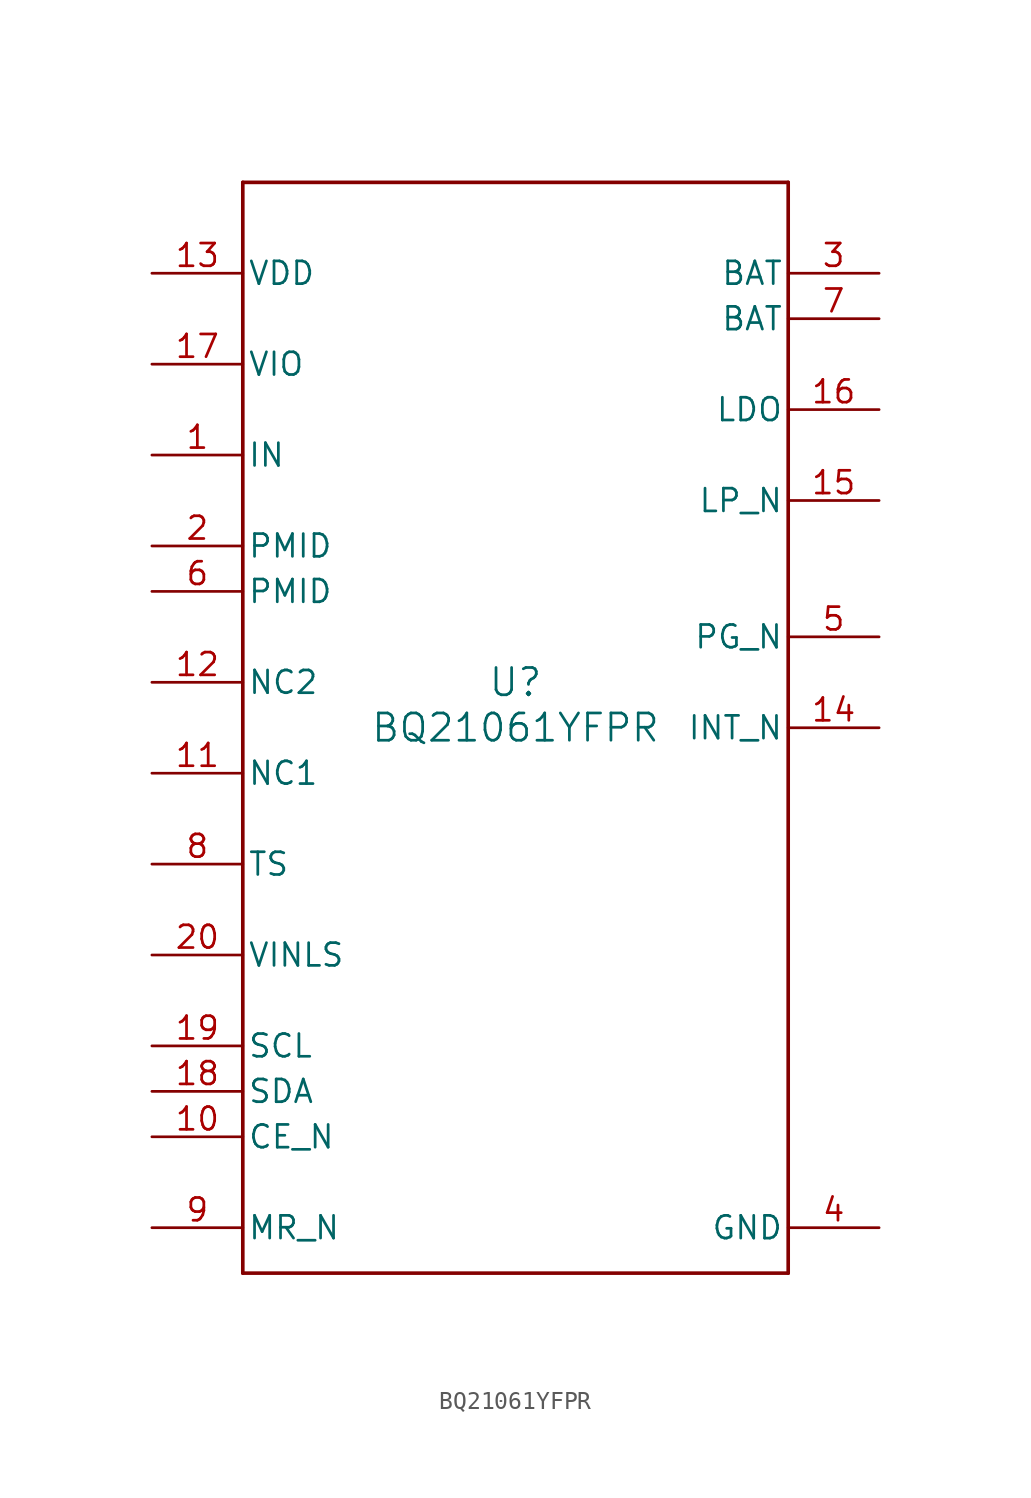
<source format=kicad_sym>
(kicad_symbol_lib
  (version 20211014)
  (generator kicad_symbol_editor)
  (symbol "BQ21061YFPR"
    (pin_names
      (offset 0.254))
    (property "Reference" "U"
      (at 0 2.54 0)
      (effects (font (size 1.524 1.524))))
    (property "Value" "BQ21061YFPR"
      (at 0 0 0)
      (effects (font (size 1.524 1.524))))
    (symbol "BQ21061YFPR_0_1"
      (polyline (pts (xy -15.24 -30.48) (xy 15.24 -30.48)) (stroke (width 0.203) (type default) (color 0 0 0 0)) (fill (type none)))
      (polyline (pts (xy 15.24 -30.48) (xy 15.24 30.48)) (stroke (width 0.203) (type default) (color 0 0 0 0)) (fill (type none)))
      (polyline (pts (xy 15.24 30.48) (xy -15.24 30.48)) (stroke (width 0.203) (type default) (color 0 0 0 0)) (fill (type none)))
      (polyline (pts (xy -15.24 30.48) (xy -15.24 -30.48)) (stroke (width 0.203) (type default) (color 0 0 0 0)) (fill (type none)))
      (pin power_in line (at -20.32 15.24 0) (length 5.08) (name "IN" (effects (font (size 1.27 1.27)))) (number "1" (effects (font (size 1.27 1.27)))))
      (pin bidirectional line (at -20.32 10.16 0) (length 5.08) (name "PMID" (effects (font (size 1.27 1.27)))) (number "2" (effects (font (size 1.27 1.27)))))
      (pin power_in line (at 20.32 25.4 180) (length 5.08) (name "BAT" (effects (font (size 1.27 1.27)))) (number "3" (effects (font (size 1.27 1.27)))))
      (pin power_in line (at 20.32 -27.94 180) (length 5.08) (name "GND" (effects (font (size 1.27 1.27)))) (number "4" (effects (font (size 1.27 1.27)))))
      (pin output line (at 20.32 5.08 180) (length 5.08) (name "PG_N" (effects (font (size 1.27 1.27)))) (number "5" (effects (font (size 1.27 1.27)))))
      (pin bidirectional line (at -20.32 7.62 0) (length 5.08) (name "PMID" (effects (font (size 1.27 1.27)))) (number "6" (effects (font (size 1.27 1.27)))))
      (pin power_in line (at 20.32 22.86 180) (length 5.08) (name "BAT" (effects (font (size 1.27 1.27)))) (number "7" (effects (font (size 1.27 1.27)))))
      (pin input line (at -20.32 -7.62 0) (length 5.08) (name "TS" (effects (font (size 1.27 1.27)))) (number "8" (effects (font (size 1.27 1.27)))))
      (pin input line (at -20.32 -27.94 0) (length 5.08) (name "MR_N" (effects (font (size 1.27 1.27)))) (number "9" (effects (font (size 1.27 1.27)))))
      (pin input line (at -20.32 -22.86 0) (length 5.08) (name "CE_N" (effects (font (size 1.27 1.27)))) (number "10" (effects (font (size 1.27 1.27)))))
      (pin unspecified line (at -20.32 -2.54 0) (length 5.08) (name "NC1" (effects (font (size 1.27 1.27)))) (number "11" (effects (font (size 1.27 1.27)))))
      (pin unspecified line (at -20.32 2.54 0) (length 5.08) (name "NC2" (effects (font (size 1.27 1.27)))) (number "12" (effects (font (size 1.27 1.27)))))
      (pin power_in line (at -20.32 25.4 0) (length 5.08) (name "VDD" (effects (font (size 1.27 1.27)))) (number "13" (effects (font (size 1.27 1.27)))))
      (pin output line (at 20.32 0 180) (length 5.08) (name "INT_N" (effects (font (size 1.27 1.27)))) (number "14" (effects (font (size 1.27 1.27)))))
      (pin output line (at 20.32 12.7 180) (length 5.08) (name "LP_N" (effects (font (size 1.27 1.27)))) (number "15" (effects (font (size 1.27 1.27)))))
      (pin output line (at 20.32 17.78 180) (length 5.08) (name "LDO" (effects (font (size 1.27 1.27)))) (number "16" (effects (font (size 1.27 1.27)))))
      (pin power_in line (at -20.32 20.32 0) (length 5.08) (name "VIO" (effects (font (size 1.27 1.27)))) (number "17" (effects (font (size 1.27 1.27)))))
      (pin bidirectional line (at -20.32 -20.32 0) (length 5.08) (name "SDA" (effects (font (size 1.27 1.27)))) (number "18" (effects (font (size 1.27 1.27)))))
      (pin input line (at -20.32 -17.78 0) (length 5.08) (name "SCL" (effects (font (size 1.27 1.27)))) (number "19" (effects (font (size 1.27 1.27)))))
      (pin input line (at -20.32 -12.7 0) (length 5.08) (name "VINLS" (effects (font (size 1.27 1.27)))) (number "20" (effects (font (size 1.27 1.27))))))))
</source>
